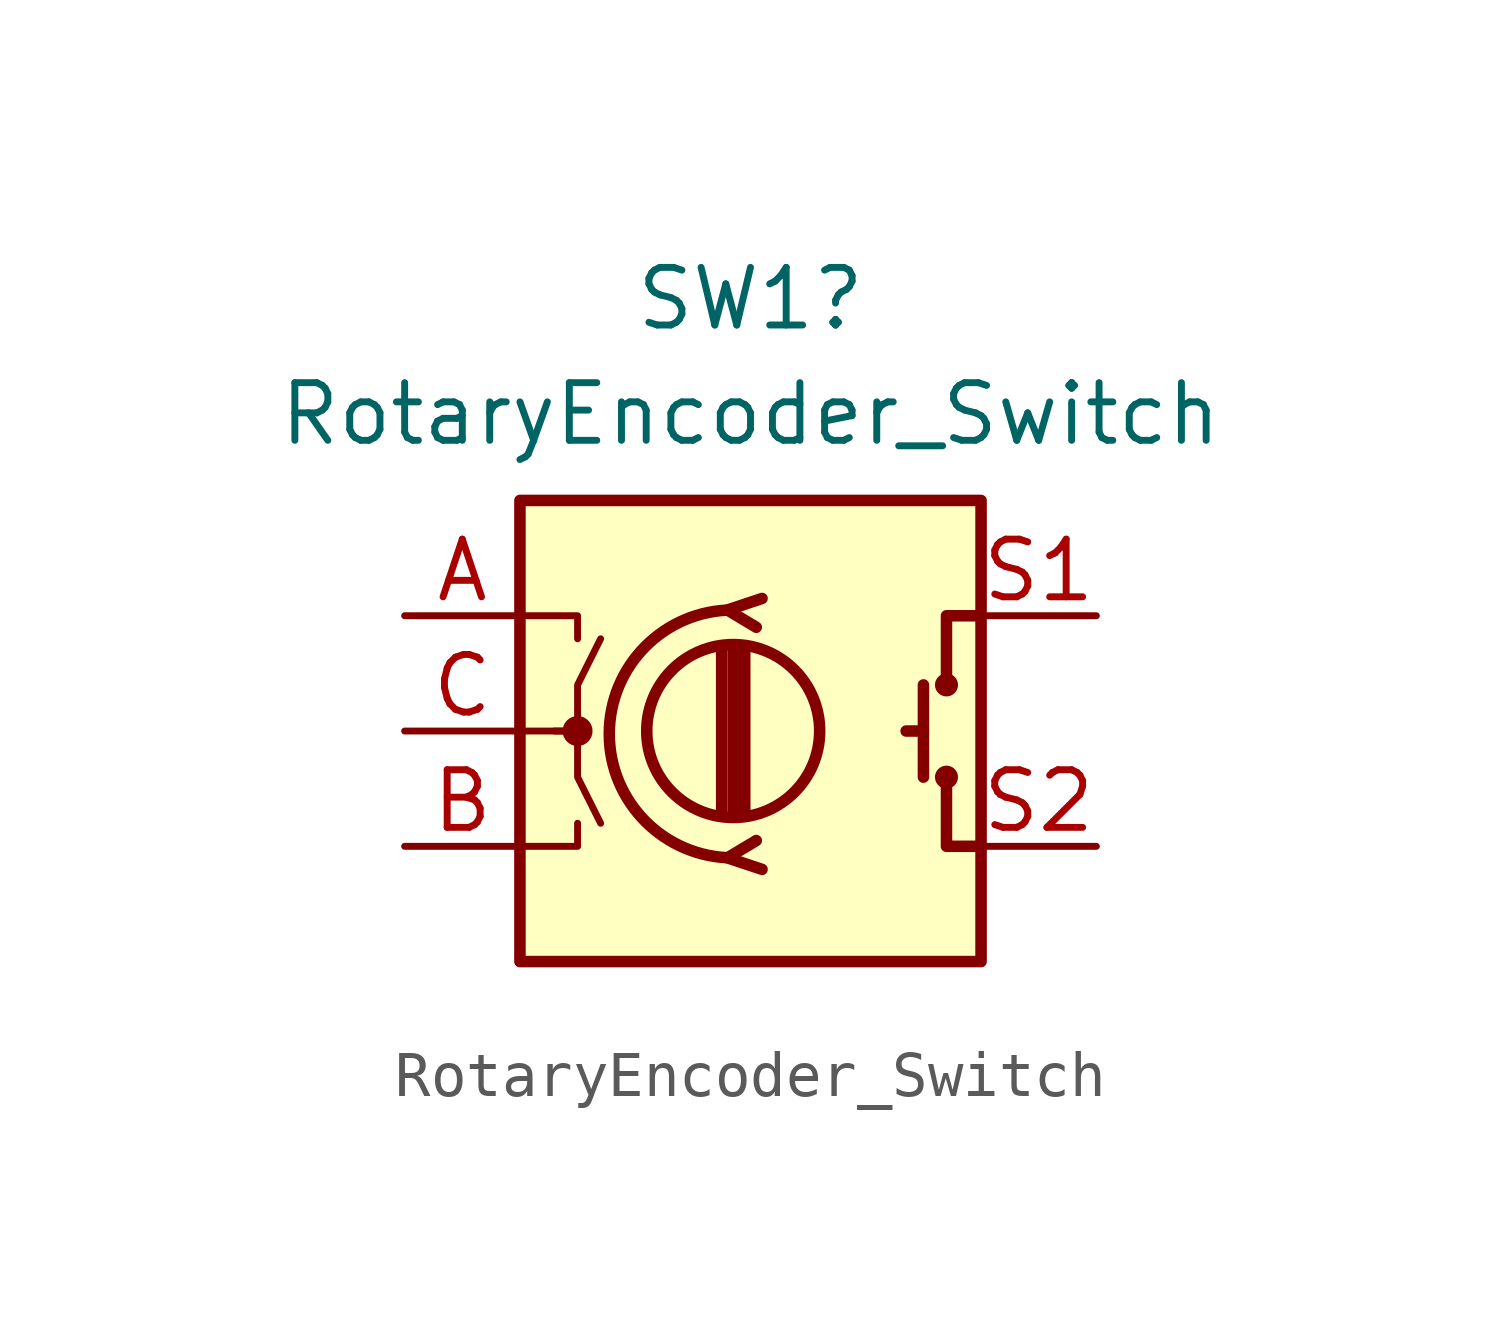
<source format=kicad_sym>
(kicad_symbol_lib
  (version 20231120)
  (generator "kicad_symbol_editor")
  (generator_version "8.0")
  (symbol "RotaryEncoder_Switch"
    (pin_names
      (offset 0.254) hide)
    (property "Reference" "SW1"
      (at 0 9.525 0)
      (effects (font (size 1.27 1.27))))
    (property "Value" "RotaryEncoder_Switch"
      (at 0 6.985 0)
      (effects (font (size 1.27 1.27))))
    (symbol "RotaryEncoder_Switch_0_1"
      (rectangle (start -5.08 5.08) (end 5.08 -5.08) (stroke (width 0.254) (type default)) (fill (type background)))
      (circle (center -3.81 0) (radius 0.254) (stroke (width 0) (type default)) (fill (type outline)))
      (circle (center -0.381 0) (radius 1.905) (stroke (width 0.254) (type default)) (fill (type none)))
      (arc (start -0.381 2.667) (mid -3.0988 -0.0635) (end -0.381 -2.794) (stroke (width 0.254) (type default)) (fill (type none)))
      (polyline (pts (xy -0.635 -1.778) (xy -0.635 1.778)) (stroke (width 0.254) (type default)) (fill (type none)))
      (polyline (pts (xy -0.381 -1.778) (xy -0.381 1.778)) (stroke (width 0.254) (type default)) (fill (type none)))
      (polyline (pts (xy -0.127 1.778) (xy -0.127 -1.778)) (stroke (width 0.254) (type default)) (fill (type none)))
      (polyline (pts (xy 3.81 0) (xy 3.429 0)) (stroke (width 0.254) (type default)) (fill (type none)))
      (polyline (pts (xy 3.81 1.016) (xy 3.81 -1.016)) (stroke (width 0.254) (type default)) (fill (type none)))
      (polyline (pts (xy -5.08 -2.54) (xy -3.81 -2.54) (xy -3.81 -2.032)) (stroke (width 0) (type default)) (fill (type none)))
      (polyline (pts (xy -5.08 2.54) (xy -3.81 2.54) (xy -3.81 2.032)) (stroke (width 0) (type default)) (fill (type none)))
      (polyline (pts (xy 0.254 -3.048) (xy -0.508 -2.794) (xy 0.127 -2.413)) (stroke (width 0.254) (type default)) (fill (type none)))
      (polyline (pts (xy 0.254 2.921) (xy -0.508 2.667) (xy 0.127 2.286)) (stroke (width 0.254) (type default)) (fill (type none)))
      (polyline (pts (xy 5.08 -2.54) (xy 4.318 -2.54) (xy 4.318 -1.016)) (stroke (width 0.254) (type default)) (fill (type none)))
      (polyline (pts (xy 5.08 2.54) (xy 4.318 2.54) (xy 4.318 1.016)) (stroke (width 0.254) (type default)) (fill (type none)))
      (polyline (pts (xy -5.08 0) (xy -3.81 0) (xy -3.81 -1.016) (xy -3.302 -2.032)) (stroke (width 0) (type default)) (fill (type none)))
      (polyline (pts (xy -4.318 0) (xy -3.81 0) (xy -3.81 1.016) (xy -3.302 2.032)) (stroke (width 0) (type default)) (fill (type none)))
      (circle (center 4.318 -1.016) (radius 0.127) (stroke (width 0.254) (type default)) (fill (type none)))
      (circle (center 4.318 1.016) (radius 0.127) (stroke (width 0.254) (type default)) (fill (type none))))
    (symbol "RotaryEncoder_Switch_1_1"
      (pin passive line (at -7.62 2.54 0) (length 2.54) (name "A" (effects (font (size 1.27 1.27)))) (number "A" (effects (font (size 1.27 1.27)))))
      (pin passive line (at -7.62 -2.54 0) (length 2.54) (name "B" (effects (font (size 1.27 1.27)))) (number "B" (effects (font (size 1.27 1.27)))))
      (pin passive line (at -7.62 0 0) (length 2.54) (name "C" (effects (font (size 1.27 1.27)))) (number "C" (effects (font (size 1.27 1.27)))))
      (pin passive line (at 7.62 2.54 180) (length 2.54) (name "S1" (effects (font (size 1.27 1.27)))) (number "S1" (effects (font (size 1.27 1.27)))))
      (pin passive line (at 7.62 -2.54 180) (length 2.54) (name "S2" (effects (font (size 1.27 1.27)))) (number "S2" (effects (font (size 1.27 1.27))))))))
</source>
